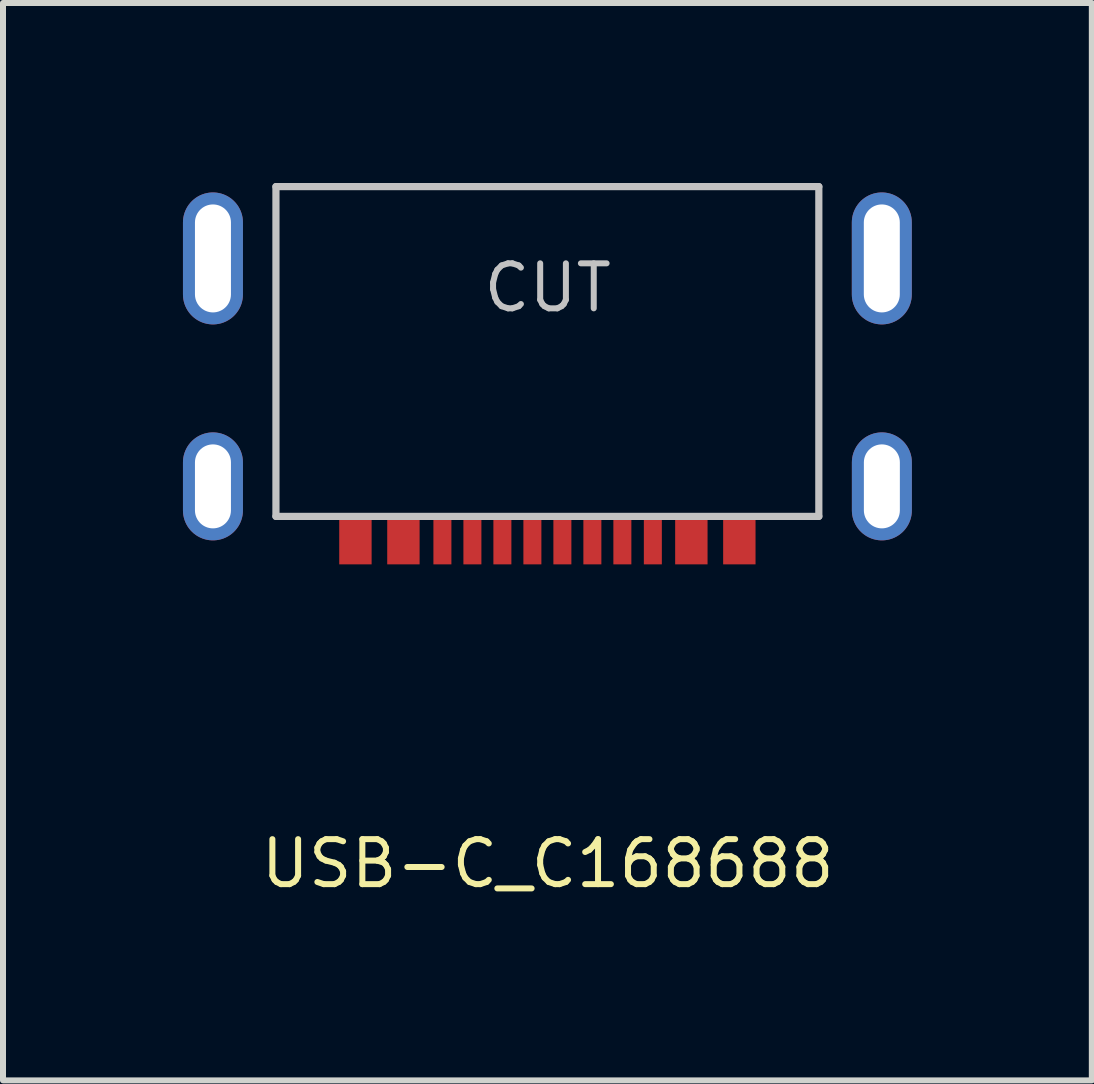
<source format=kicad_pcb>
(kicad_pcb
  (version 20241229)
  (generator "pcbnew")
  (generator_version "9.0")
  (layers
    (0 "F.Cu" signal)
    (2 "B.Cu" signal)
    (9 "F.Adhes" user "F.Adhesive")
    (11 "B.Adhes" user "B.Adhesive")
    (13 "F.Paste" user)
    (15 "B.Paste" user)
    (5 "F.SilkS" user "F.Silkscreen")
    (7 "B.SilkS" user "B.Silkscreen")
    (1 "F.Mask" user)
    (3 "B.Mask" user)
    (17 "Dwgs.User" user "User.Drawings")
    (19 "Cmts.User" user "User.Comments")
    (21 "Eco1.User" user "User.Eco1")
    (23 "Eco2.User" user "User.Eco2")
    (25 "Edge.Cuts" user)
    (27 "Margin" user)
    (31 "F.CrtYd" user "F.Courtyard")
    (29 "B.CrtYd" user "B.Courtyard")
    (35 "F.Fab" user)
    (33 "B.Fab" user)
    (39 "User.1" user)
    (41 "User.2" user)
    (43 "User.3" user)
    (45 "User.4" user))
  (footprint "USB-C_C168688"
    (layer "F.Cu")
    (at 6.08 5.558)
    (property "Reference" "USB-C_C168688" (at 0 5.789 0) (layer "F.SilkS") (effects (font (size 0.75 0.75) (thickness 0.1))))
    (attr through_hole)
    (fp_line (start -4.53 -5.497) (end -4.53 0) (stroke (width 0.12) (type solid)) (layer "Dwgs.User"))
    (fp_line (start -4.53 -5.497) (end 4.52 -5.497) (stroke (width 0.12) (type solid)) (layer "Dwgs.User"))
    (fp_line (start -4.53 0) (end 4.52 0) (stroke (width 0.12) (type solid)) (layer "Dwgs.User"))
    (fp_line (start 4.52 -5.497) (end 4.52 0) (stroke (width 0.12) (type solid)) (layer "Dwgs.User"))
    (fp_text user "CUT" (at 0 -3.81 0) (layer "Dwgs.User") (effects (font (size 0.75 0.75) (thickness 0.1))))
    (pad "A1" smd rect (at -3.205 0.4) (size 0.54 0.8) (layers "F.Cu" "F.Mask" "F.Paste"))
    (pad "A1" smd rect (at 3.195 0.4) (size 0.54 0.8) (layers "F.Cu" "F.Mask" "F.Paste"))
    (pad "A4" smd rect (at -2.405 0.4) (size 0.54 0.8) (layers "F.Cu" "F.Mask" "F.Paste"))
    (pad "A4" smd rect (at 2.395 0.4) (size 0.54 0.8) (layers "F.Cu" "F.Mask" "F.Paste"))
    (pad "A5" smd rect (at 1.245 0.4) (size 0.3 0.8) (layers "F.Cu" "F.Mask" "F.Paste"))
    (pad "A6" smd rect (at 0.245 0.4) (size 0.3 0.8) (layers "F.Cu" "F.Mask" "F.Paste"))
    (pad "A7" smd rect (at -0.255 0.4) (size 0.3 0.8) (layers "F.Cu" "F.Mask" "F.Paste"))
    (pad "A8" smd rect (at -1.255 0.4) (size 0.3 0.8) (layers "F.Cu" "F.Mask" "F.Paste"))
    (pad "B5" smd rect (at -1.755 0.4) (size 0.3 0.8) (layers "F.Cu" "F.Mask" "F.Paste"))
    (pad "B6" smd rect (at -0.755 0.4) (size 0.3 0.8) (layers "F.Cu" "F.Mask" "F.Paste"))
    (pad "B7" smd rect (at 0.745 0.4) (size 0.3 0.8) (layers "F.Cu" "F.Mask" "F.Paste"))
    (pad "B8" smd rect (at 1.753 0.4) (size 0.3 0.8) (layers "F.Cu" "F.Mask" "F.Paste"))
    (pad "S1" thru_hole oval (at -5.58 -4.3) (size 1 2.2) (drill oval 0.6 1.8) (layers "*.Cu" "*.Mask"))
    (pad "S2" thru_hole oval (at 5.57 -4.3) (size 1 2.2) (drill oval 0.6 1.8) (layers "*.Cu" "*.Mask"))
    (pad "S3" thru_hole oval (at 5.571 -0.5) (size 1 1.8) (drill oval 0.6 1.4) (layers "*.Cu" "*.Mask"))
    (pad "S4" thru_hole oval (at -5.58 -0.5) (size 1 1.8) (drill oval 0.6 1.4) (layers "*.Cu" "*.Mask")))
  (gr_rect
    (start -3 -3)
    (end 15.151 14.96)
    (stroke (width 0.1) (type default))
    (fill no)
    (layer "Edge.Cuts")))
</source>
